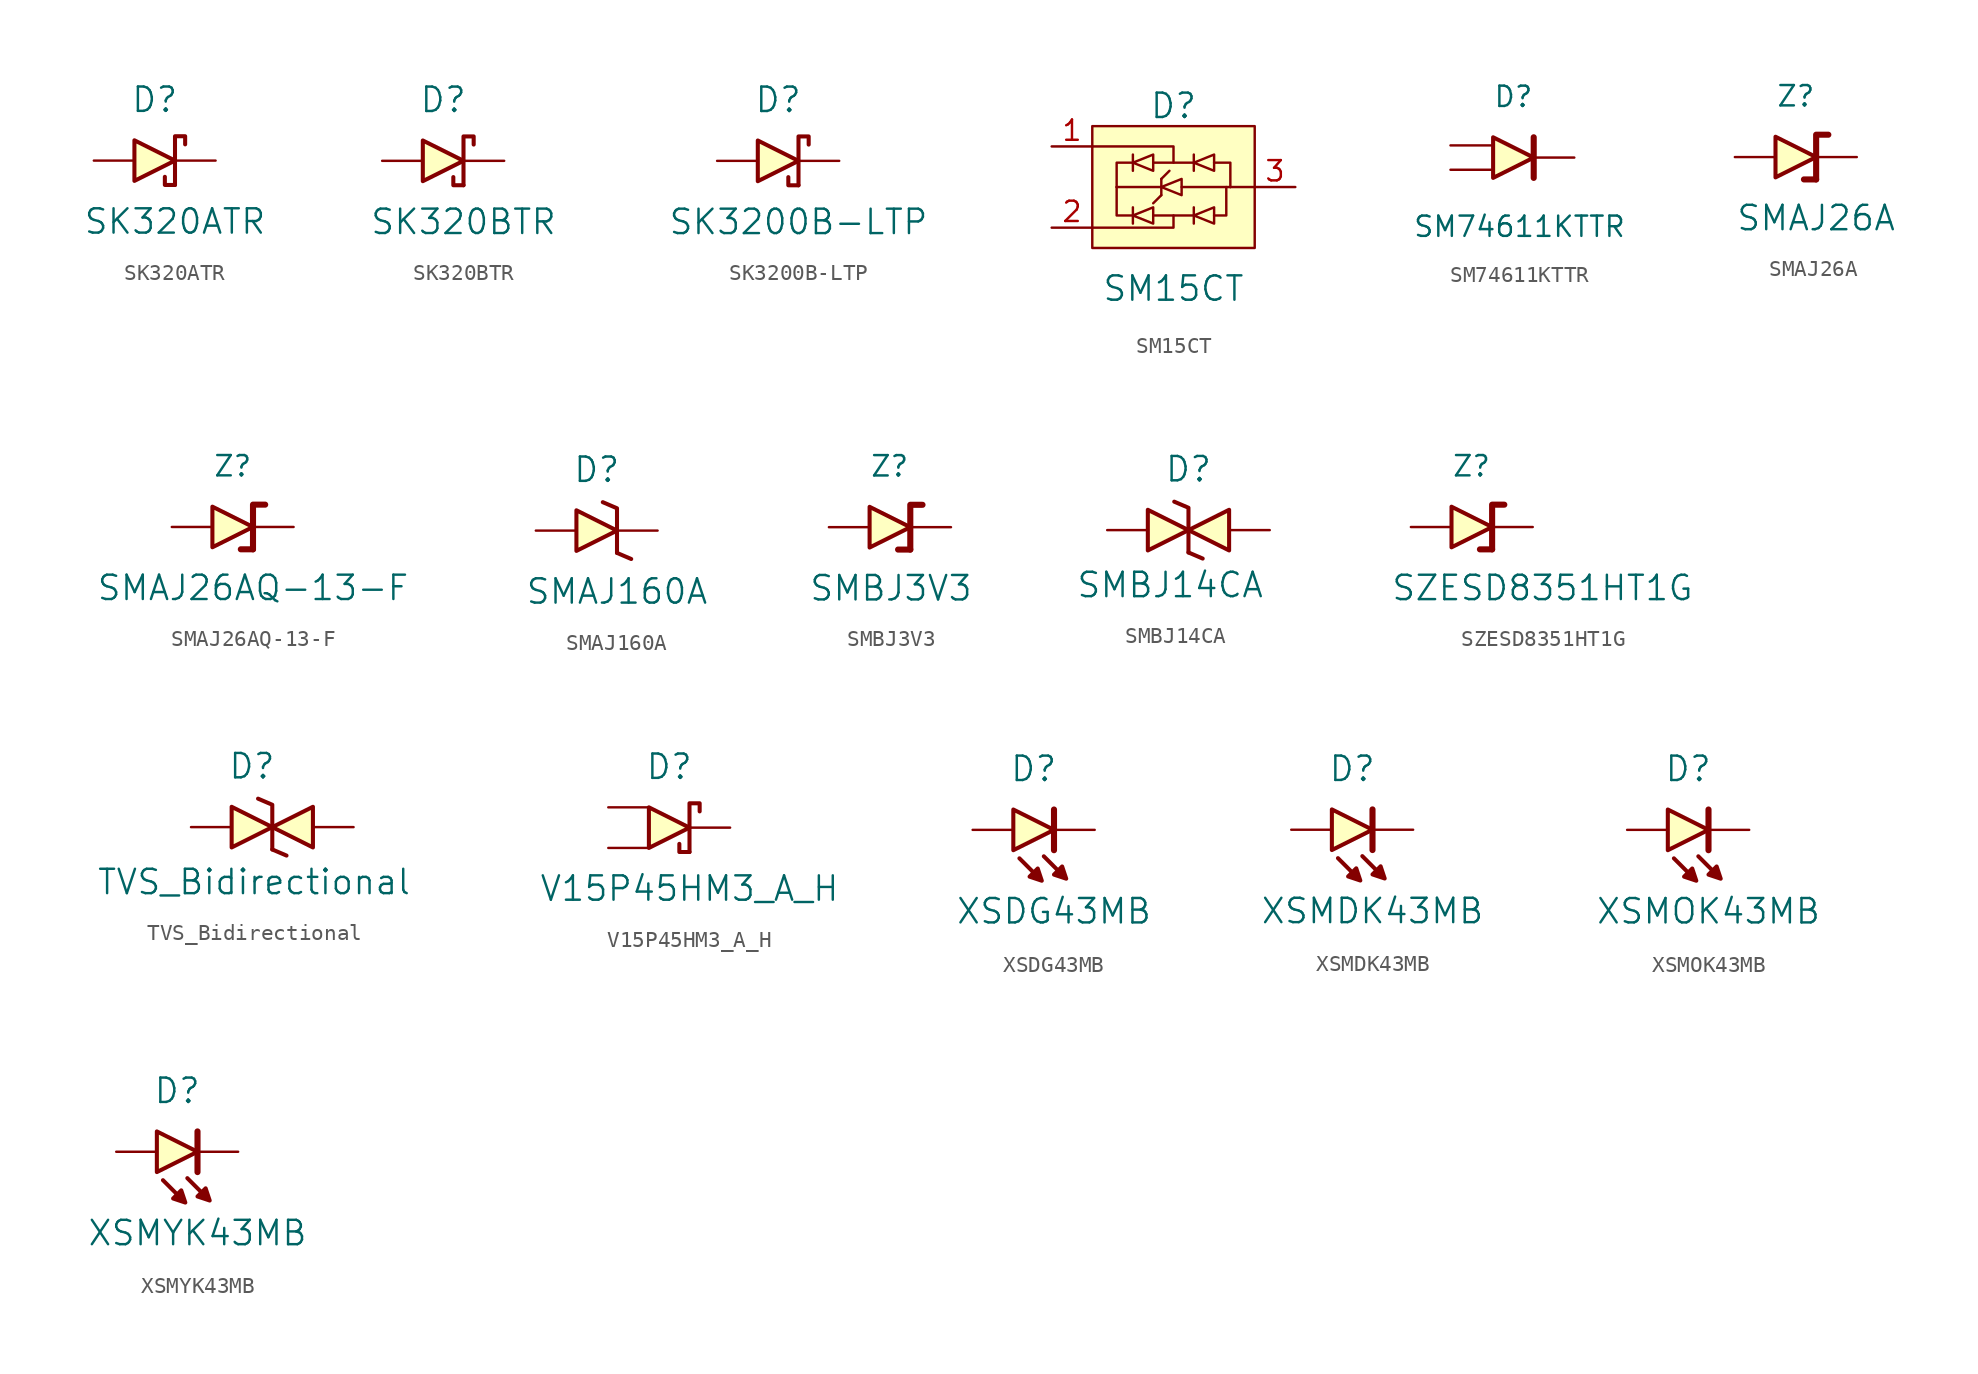
<source format=kicad_sym>
(kicad_symbol_lib
  (version 20220914)
  (generator kicad_symbol_editor)
  (symbol "SK320ATR"
    (pin_numbers hide)
    (pin_names
      (offset 0) hide)
    (property "Reference" "D"
      (at -1.27 3.81 0)
      (effects (font (size 1.524 1.524))))
    (property "Value" "SK320ATR"
      (at 0 -3.81 0)
      (effects (font (size 1.524 1.524))))
    (symbol "SK320ATR_0_1"
      (polyline (pts (xy 0 -1.524) (xy -0.635 -1.524) (xy -0.635 -1.016)) (stroke (width 0.254) (type default)) (fill (type none)))
      (polyline (pts (xy -2.54 1.27) (xy -2.54 -1.27) (xy 0 0) (xy -2.54 1.27)) (stroke (width 0.254) (type default)) (fill (type background)))
      (polyline (pts (xy 0 -1.524) (xy 0 1.524) (xy 0.635 1.524) (xy 0.635 1.016)) (stroke (width 0.254) (type default)) (fill (type none))))
    (symbol "SK320ATR_1_1"
      (pin input line (at 2.54 0 180) (length 2.54) (name "Cathode" (effects (font (size 1.27 1.27)))) (number "1" (effects (font (size 1.27 1.27)))))
      (pin input line (at -5.08 0 0) (length 2.54) (name "Anode" (effects (font (size 1.27 1.27)))) (number "2" (effects (font (size 1.27 1.27)))))))
  (symbol "SK320BTR"
    (pin_numbers hide)
    (pin_names
      (offset 0) hide)
    (property "Reference" "D"
      (at -1.27 3.81 0)
      (effects (font (size 1.524 1.524))))
    (property "Value" "SK320BTR"
      (at 0 -3.81 0)
      (effects (font (size 1.524 1.524))))
    (symbol "SK320BTR_0_1"
      (polyline (pts (xy 0 -1.524) (xy -0.635 -1.524) (xy -0.635 -1.016)) (stroke (width 0.254) (type default)) (fill (type none)))
      (polyline (pts (xy -2.54 1.27) (xy -2.54 -1.27) (xy 0 0) (xy -2.54 1.27)) (stroke (width 0.254) (type default)) (fill (type background)))
      (polyline (pts (xy 0 -1.524) (xy 0 1.524) (xy 0.635 1.524) (xy 0.635 1.016)) (stroke (width 0.254) (type default)) (fill (type none))))
    (symbol "SK320BTR_1_1"
      (pin input line (at 2.54 0 180) (length 2.54) (name "Cathode" (effects (font (size 1.27 1.27)))) (number "1" (effects (font (size 1.27 1.27)))))
      (pin input line (at -5.08 0 0) (length 2.54) (name "Anode" (effects (font (size 1.27 1.27)))) (number "2" (effects (font (size 1.27 1.27)))))))
  (symbol "SK3200B-LTP"
    (pin_numbers hide)
    (pin_names
      (offset 0) hide)
    (property "Reference" "D"
      (at -1.27 3.81 0)
      (effects (font (size 1.524 1.524))))
    (property "Value" "SK3200B-LTP"
      (at 0 -3.81 0)
      (effects (font (size 1.524 1.524))))
    (symbol "SK3200B-LTP_0_1"
      (polyline (pts (xy 0 -1.524) (xy -0.635 -1.524) (xy -0.635 -1.016)) (stroke (width 0.254) (type default)) (fill (type none)))
      (polyline (pts (xy -2.54 1.27) (xy -2.54 -1.27) (xy 0 0) (xy -2.54 1.27)) (stroke (width 0.254) (type default)) (fill (type background)))
      (polyline (pts (xy 0 -1.524) (xy 0 1.524) (xy 0.635 1.524) (xy 0.635 1.016)) (stroke (width 0.254) (type default)) (fill (type none))))
    (symbol "SK3200B-LTP_1_1"
      (pin input line (at 2.54 0 180) (length 2.54) (name "Cathode" (effects (font (size 1.27 1.27)))) (number "1" (effects (font (size 1.27 1.27)))))
      (pin input line (at -5.08 0 0) (length 2.54) (name "Anode" (effects (font (size 1.27 1.27)))) (number "2" (effects (font (size 1.27 1.27)))))))
  (symbol "SM15CT"
    (pin_names
      (offset 0) hide)
    (property "Reference" "D"
      (at 0 5.08 0)
      (effects (font (size 1.524 1.524))))
    (property "Value" "SM15CT"
      (at 0 -6.35 0)
      (effects (font (size 1.524 1.524))))
    (symbol "SM15CT_0_1"
      (rectangle (start -5.08 -3.81) (end 5.08 3.81) (stroke (width 0) (type default)) (fill (type background)))
      (polyline (pts (xy -3.556 0) (xy -0.762 0)) (stroke (width 0) (type default)) (fill (type none)))
      (polyline (pts (xy -2.54 -2.286) (xy -2.54 -1.27)) (stroke (width 0) (type default)) (fill (type none)))
      (polyline (pts (xy -2.54 1.016) (xy -2.54 2.032)) (stroke (width 0) (type default)) (fill (type none)))
      (polyline (pts (xy -1.27 -1.778) (xy 1.27 -1.778)) (stroke (width 0) (type default)) (fill (type none)))
      (polyline (pts (xy -1.27 1.524) (xy 1.27 1.524)) (stroke (width 0) (type default)) (fill (type none)))
      (polyline (pts (xy -0.762 -0.508) (xy -1.27 -1.016)) (stroke (width 0) (type default)) (fill (type none)))
      (polyline (pts (xy -0.762 -0.508) (xy -0.762 0.508)) (stroke (width 0) (type default)) (fill (type none)))
      (polyline (pts (xy -0.762 0.508) (xy -0.254 1.016)) (stroke (width 0) (type default)) (fill (type none)))
      (polyline (pts (xy 0.508 0) (xy 3.556 0)) (stroke (width 0) (type default)) (fill (type none)))
      (polyline (pts (xy 1.27 -2.286) (xy 1.27 -1.27)) (stroke (width 0) (type default)) (fill (type none)))
      (polyline (pts (xy 1.27 1.016) (xy 1.27 2.032)) (stroke (width 0) (type default)) (fill (type none)))
      (polyline (pts (xy 3.556 0) (xy 5.08 0)) (stroke (width 0) (type default)) (fill (type none)))
      (polyline (pts (xy -5.08 -2.54) (xy 0 -2.54) (xy 0 -1.778)) (stroke (width 0) (type default)) (fill (type none)))
      (polyline (pts (xy -5.08 2.54) (xy 0 2.54) (xy 0 1.524)) (stroke (width 0) (type default)) (fill (type none)))
      (polyline (pts (xy -3.556 0) (xy -3.556 -1.778) (xy -2.54 -1.778)) (stroke (width 0) (type default)) (fill (type none)))
      (polyline (pts (xy -3.556 0) (xy -3.556 1.524) (xy -2.54 1.524)) (stroke (width 0) (type default)) (fill (type none)))
      (polyline (pts (xy 2.54 -1.778) (xy 3.302 -1.778) (xy 3.302 0)) (stroke (width 0) (type default)) (fill (type none)))
      (polyline (pts (xy 2.54 1.524) (xy 3.556 1.524) (xy 3.556 0)) (stroke (width 0) (type default)) (fill (type none))))
    (symbol "SM15CT_1_1"
      (polyline (pts (xy -1.27 -1.27) (xy -1.27 -2.286) (xy -2.54 -1.778) (xy -1.27 -1.27)) (stroke (width 0) (type default)) (fill (type none)))
      (polyline (pts (xy -1.27 2.032) (xy -1.27 1.016) (xy -2.54 1.524) (xy -1.27 2.032)) (stroke (width 0) (type default)) (fill (type none)))
      (polyline (pts (xy 0.508 0.508) (xy 0.508 -0.508) (xy -0.762 0) (xy 0.508 0.508)) (stroke (width 0) (type default)) (fill (type none)))
      (polyline (pts (xy 2.54 -1.27) (xy 2.54 -2.286) (xy 1.27 -1.778) (xy 2.54 -1.27)) (stroke (width 0) (type default)) (fill (type none)))
      (polyline (pts (xy 2.54 2.032) (xy 2.54 1.016) (xy 1.27 1.524) (xy 2.54 2.032)) (stroke (width 0) (type default)) (fill (type none)))
      (pin input line (at -7.62 2.54 0) (length 2.54) (name "CH1" (effects (font (size 1.27 1.27)))) (number "1" (effects (font (size 1.27 1.27)))))
      (pin input line (at -7.62 -2.54 0) (length 2.54) (name "CH2" (effects (font (size 1.27 1.27)))) (number "2" (effects (font (size 1.27 1.27)))))
      (pin input line (at 7.62 0 180) (length 2.54) (name "GND" (effects (font (size 1.27 1.27)))) (number "3" (effects (font (size 1.27 1.27)))))))
  (symbol "SM74611KTTR"
    (pin_numbers hide)
    (pin_names hide)
    (property "Reference" "D"
      (at 0 3.81 0)
      (effects (font (size 1.27 1.27))))
    (property "Value" "SM74611KTTR"
      (at 0.381 -4.318 0)
      (effects (font (size 1.27 1.27))))
    (symbol "SM74611KTTR_1_1"
      (polyline (pts (xy 1.27 -1.27) (xy 1.27 1.27)) (stroke (width 0.381) (type default)) (fill (type none)))
      (polyline (pts (xy -1.27 1.27) (xy -1.27 -1.27) (xy 1.27 0) (xy -1.27 1.27)) (stroke (width 0.254) (type default)) (fill (type background)))
      (pin input line (at -3.937 0.762 0) (length 2.54) (name "~" (effects (font (size 1.27 1.27)))) (number "1" (effects (font (size 1.27 1.27)))))
      (pin output line (at 3.81 0 180) (length 2.54) (name "~" (effects (font (size 1.27 1.27)))) (number "2" (effects (font (size 1.27 1.27)))))
      (pin input line (at -3.937 -0.762 0) (length 2.54) (name "~" (effects (font (size 1.27 1.27)))) (number "3" (effects (font (size 1.27 1.27)))))))
  (symbol "SMAJ26A"
    (pin_numbers hide)
    (pin_names
      (offset 0) hide)
    (property "Reference" "Z"
      (at -1.27 3.81 0)
      (effects (font (size 1.27 1.27))))
    (property "Value" "SMAJ26A"
      (at 0 -3.81 0)
      (effects (font (size 1.524 1.524))))
    (symbol "SMAJ26A_0_1"
      (polyline (pts (xy 0 -1.397) (xy -0.762 -1.397)) (stroke (width 0.381) (type default)) (fill (type none)))
      (polyline (pts (xy 0 -1.397) (xy 0 1.397) (xy 0.762 1.397)) (stroke (width 0.381) (type default)) (fill (type none)))
      (polyline (pts (xy -2.54 1.27) (xy -2.54 -1.27) (xy 0 0) (xy -2.54 1.27)) (stroke (width 0.254) (type default)) (fill (type background))))
    (symbol "SMAJ26A_1_1"
      (pin input line (at 2.54 0 180) (length 2.54) (name "Cathode" (effects (font (size 1.27 1.27)))) (number "1" (effects (font (size 1.27 1.27)))))
      (pin input line (at -5.08 0 0) (length 2.54) (name "Anode" (effects (font (size 1.27 1.27)))) (number "2" (effects (font (size 1.27 1.27)))))))
  (symbol "SMAJ26AQ-13-F"
    (pin_numbers hide)
    (pin_names
      (offset 0) hide)
    (property "Reference" "Z"
      (at -1.27 3.81 0)
      (effects (font (size 1.27 1.27))))
    (property "Value" "SMAJ26AQ-13-F"
      (at 0 -3.81 0)
      (effects (font (size 1.524 1.524))))
    (symbol "SMAJ26AQ-13-F_0_1"
      (polyline (pts (xy 0 -1.397) (xy -0.762 -1.397)) (stroke (width 0.381) (type default)) (fill (type none)))
      (polyline (pts (xy 0 -1.397) (xy 0 1.397) (xy 0.762 1.397)) (stroke (width 0.381) (type default)) (fill (type none)))
      (polyline (pts (xy -2.54 1.27) (xy -2.54 -1.27) (xy 0 0) (xy -2.54 1.27)) (stroke (width 0.254) (type default)) (fill (type background))))
    (symbol "SMAJ26AQ-13-F_1_1"
      (pin input line (at 2.54 0 180) (length 2.54) (name "Cathode" (effects (font (size 1.27 1.27)))) (number "1" (effects (font (size 1.27 1.27)))))
      (pin input line (at -5.08 0 0) (length 2.54) (name "Anode" (effects (font (size 1.27 1.27)))) (number "2" (effects (font (size 1.27 1.27)))))))
  (symbol "SMAJ160A"
    (pin_numbers hide)
    (pin_names
      (offset 0) hide)
    (property "Reference" "D"
      (at -1.27 3.81 0)
      (effects (font (size 1.524 1.524))))
    (property "Value" "SMAJ160A"
      (at 0 -3.81 0)
      (effects (font (size 1.524 1.524))))
    (symbol "SMAJ160A_0_1"
      (polyline (pts (xy 0 -1.397) (xy 0.889 -1.778)) (stroke (width 0.254) (type default)) (fill (type none)))
      (polyline (pts (xy 0 -1.397) (xy 0 1.397) (xy -0.889 1.778)) (stroke (width 0.254) (type default)) (fill (type none)))
      (polyline (pts (xy -2.54 1.27) (xy -2.54 -1.27) (xy 0 0) (xy -2.54 1.27)) (stroke (width 0.254) (type default)) (fill (type background))))
    (symbol "SMAJ160A_1_1"
      (pin input line (at 2.54 0 180) (length 2.54) (name "Cathode" (effects (font (size 1.27 1.27)))) (number "1" (effects (font (size 1.27 1.27)))))
      (pin input line (at -5.08 0 0) (length 2.54) (name "Anode" (effects (font (size 1.27 1.27)))) (number "2" (effects (font (size 1.27 1.27)))))))
  (symbol "SMBJ3V3"
    (pin_numbers hide)
    (pin_names
      (offset 0) hide)
    (property "Reference" "Z"
      (at -1.27 3.81 0)
      (effects (font (size 1.27 1.27)) (justify left)))
    (property "Value" "SMBJ3V3"
      (at -5.08 -3.81 0)
      (effects (font (size 1.524 1.524)) (justify left)))
    (symbol "SMBJ3V3_0_1"
      (polyline (pts (xy 1.27 -1.397) (xy 0.508 -1.397)) (stroke (width 0.381) (type default)) (fill (type none)))
      (polyline (pts (xy 1.27 -1.397) (xy 1.27 1.397) (xy 2.032 1.397)) (stroke (width 0.381) (type default)) (fill (type none)))
      (polyline (pts (xy -1.27 1.27) (xy -1.27 -1.27) (xy 1.27 0) (xy -1.27 1.27)) (stroke (width 0.254) (type default)) (fill (type background))))
    (symbol "SMBJ3V3_1_1"
      (pin input line (at 3.81 0 180) (length 2.54) (name "Cathode" (effects (font (size 1.27 1.27)))) (number "1" (effects (font (size 1.27 1.27)))))
      (pin input line (at -3.81 0 0) (length 2.54) (name "Anode" (effects (font (size 1.27 1.27)))) (number "2" (effects (font (size 1.27 1.27)))))))
  (symbol "SMBJ14CA"
    (pin_numbers hide)
    (pin_names
      (offset 0) hide)
    (property "Reference" "D"
      (at 0 3.81 0)
      (effects (font (size 1.524 1.524))))
    (property "Value" "SMBJ14CA"
      (at -1.143 -3.429 0)
      (effects (font (size 1.524 1.524))))
    (symbol "SMBJ14CA_0_1"
      (polyline (pts (xy 0 -1.397) (xy 0.889 -1.778)) (stroke (width 0.254) (type default)) (fill (type none)))
      (polyline (pts (xy 0 -1.397) (xy 0 1.397) (xy -0.889 1.778)) (stroke (width 0.254) (type default)) (fill (type none)))
      (polyline (pts (xy -2.54 1.27) (xy -2.54 -1.27) (xy 0 0) (xy -2.54 1.27)) (stroke (width 0.254) (type default)) (fill (type background)))
      (polyline (pts (xy 0 0) (xy 2.54 1.27) (xy 2.54 -1.27) (xy 0 0)) (stroke (width 0.254) (type default)) (fill (type background))))
    (symbol "SMBJ14CA_1_1"
      (pin input line (at 5.08 0 180) (length 2.54) (name "1" (effects (font (size 1.27 1.27)))) (number "1" (effects (font (size 1.27 1.27)))))
      (pin input line (at -5.08 0 0) (length 2.54) (name "2" (effects (font (size 1.27 1.27)))) (number "2" (effects (font (size 1.27 1.27)))))))
  (symbol "SZESD8351HT1G"
    (pin_numbers hide)
    (pin_names
      (offset 0) hide)
    (property "Reference" "Z"
      (at -1.27 3.81 0)
      (effects (font (size 1.27 1.27)) (justify left)))
    (property "Value" "SZESD8351HT1G"
      (at -5.08 -3.81 0)
      (effects (font (size 1.524 1.524)) (justify left)))
    (symbol "SZESD8351HT1G_0_1"
      (polyline (pts (xy 1.27 -1.397) (xy 0.508 -1.397)) (stroke (width 0.381) (type default)) (fill (type none)))
      (polyline (pts (xy 1.27 -1.397) (xy 1.27 1.397) (xy 2.032 1.397)) (stroke (width 0.381) (type default)) (fill (type none)))
      (polyline (pts (xy -1.27 1.27) (xy -1.27 -1.27) (xy 1.27 0) (xy -1.27 1.27)) (stroke (width 0.254) (type default)) (fill (type background))))
    (symbol "SZESD8351HT1G_1_1"
      (pin input line (at 3.81 0 180) (length 2.54) (name "Cathode" (effects (font (size 1.27 1.27)))) (number "1" (effects (font (size 1.27 1.27)))))
      (pin input line (at -3.81 0 0) (length 2.54) (name "Anode" (effects (font (size 1.27 1.27)))) (number "2" (effects (font (size 1.27 1.27)))))))
  (symbol "TVS_Bidirectional"
    (pin_numbers hide)
    (pin_names
      (offset 0) hide)
    (property "Reference" "D"
      (at -1.27 3.81 0)
      (effects (font (size 1.524 1.524))))
    (property "Value" "TVS_Bidirectional"
      (at -1.143 -3.429 0)
      (effects (font (size 1.524 1.524))))
    (symbol "TVS_Bidirectional_0_1"
      (polyline (pts (xy 0 -1.397) (xy 0.889 -1.778)) (stroke (width 0.254) (type default)) (fill (type none)))
      (polyline (pts (xy 0 -1.397) (xy 0 1.397) (xy -0.889 1.778)) (stroke (width 0.254) (type default)) (fill (type none)))
      (polyline (pts (xy -2.54 1.27) (xy -2.54 -1.27) (xy 0 0) (xy -2.54 1.27)) (stroke (width 0.254) (type default)) (fill (type background)))
      (polyline (pts (xy 0 0) (xy 2.54 1.27) (xy 2.54 -1.27) (xy 0 0)) (stroke (width 0.254) (type default)) (fill (type background))))
    (symbol "TVS_Bidirectional_1_1"
      (pin input line (at 5.08 0 180) (length 2.54) (name "1" (effects (font (size 1.27 1.27)))) (number "1" (effects (font (size 1.27 1.27)))))
      (pin input line (at -5.08 0 0) (length 2.54) (name "2" (effects (font (size 1.27 1.27)))) (number "2" (effects (font (size 1.27 1.27)))))))
  (symbol "V15P45HM3_A_H"
    (pin_numbers hide)
    (pin_names
      (offset 0) hide)
    (property "Reference" "D"
      (at -1.27 3.81 0)
      (effects (font (size 1.524 1.524))))
    (property "Value" "V15P45HM3_A_H"
      (at 0 -3.81 0)
      (effects (font (size 1.524 1.524))))
    (symbol "V15P45HM3_A_H_0_1"
      (polyline (pts (xy 0 -1.524) (xy -0.635 -1.524) (xy -0.635 -1.016)) (stroke (width 0.254) (type default)) (fill (type none)))
      (polyline (pts (xy -2.54 1.27) (xy -2.54 -1.27) (xy 0 0) (xy -2.54 1.27)) (stroke (width 0.254) (type default)) (fill (type background)))
      (polyline (pts (xy 0 -1.524) (xy 0 1.524) (xy 0.635 1.524) (xy 0.635 1.016)) (stroke (width 0.254) (type default)) (fill (type none))))
    (symbol "V15P45HM3_A_H_1_1"
      (pin passive line (at 2.54 0 180) (length 2.54) (name "Cathode" (effects (font (size 1.27 1.27)))) (number "1" (effects (font (size 1.27 1.27)))))
      (pin passive line (at -5.08 1.27 0) (length 2.54) (name "Anode" (effects (font (size 1.27 1.27)))) (number "2" (effects (font (size 1.27 1.27)))))
      (pin passive line (at -5.08 -1.27 0) (length 2.54) (name "Anode2" (effects (font (size 1.27 1.27)))) (number "3" (effects (font (size 1.27 1.27)))))))
  (symbol "XSDG43MB"
    (pin_numbers hide)
    (pin_names
      (offset 0) hide)
    (property "Reference" "D"
      (at -1.27 3.81 0)
      (effects (font (size 1.524 1.524))))
    (property "Value" "XSDG43MB"
      (at 0 -5.08 0)
      (effects (font (size 1.524 1.524))))
    (symbol "XSDG43MB_0_1"
      (polyline (pts (xy 0 -1.27) (xy 0 1.27)) (stroke (width 0.381) (type default)) (fill (type none)))
      (polyline (pts (xy -2.54 1.27) (xy -2.54 -1.27) (xy 0 0) (xy -2.54 1.27)) (stroke (width 0.254) (type default)) (fill (type background)))
      (polyline (pts (xy -2.159 -1.778) (xy -0.762 -3.175) (xy -1.016 -2.413) (xy -1.524 -2.921) (xy -0.762 -3.175)) (stroke (width 0.254) (type default)) (fill (type outline)))
      (polyline (pts (xy -0.635 -1.651) (xy 0.762 -3.048) (xy 0 -2.794) (xy 0.508 -2.286) (xy 0.762 -3.048)) (stroke (width 0.254) (type default)) (fill (type outline))))
    (symbol "XSDG43MB_1_1"
      (pin passive line (at 2.54 0 180) (length 2.54) (name "Cathode" (effects (font (size 1.27 1.27)))) (number "1" (effects (font (size 1.27 1.27)))))
      (pin passive line (at -5.08 0 0) (length 2.54) (name "Anode" (effects (font (size 1.27 1.27)))) (number "2" (effects (font (size 1.27 1.27)))))))
  (symbol "XSMDK43MB"
    (pin_numbers hide)
    (pin_names
      (offset 0) hide)
    (property "Reference" "D"
      (at -1.27 3.81 0)
      (effects (font (size 1.524 1.524))))
    (property "Value" "XSMDK43MB"
      (at 0 -5.08 0)
      (effects (font (size 1.524 1.524))))
    (symbol "XSMDK43MB_0_1"
      (polyline (pts (xy 0 -1.27) (xy 0 1.27)) (stroke (width 0.381) (type default)) (fill (type none)))
      (polyline (pts (xy -2.54 1.27) (xy -2.54 -1.27) (xy 0 0) (xy -2.54 1.27)) (stroke (width 0.254) (type default)) (fill (type background)))
      (polyline (pts (xy -2.159 -1.778) (xy -0.762 -3.175) (xy -1.016 -2.413) (xy -1.524 -2.921) (xy -0.762 -3.175)) (stroke (width 0.254) (type default)) (fill (type outline)))
      (polyline (pts (xy -0.635 -1.651) (xy 0.762 -3.048) (xy 0 -2.794) (xy 0.508 -2.286) (xy 0.762 -3.048)) (stroke (width 0.254) (type default)) (fill (type outline))))
    (symbol "XSMDK43MB_1_1"
      (pin passive line (at 2.54 0 180) (length 2.54) (name "Cathode" (effects (font (size 1.27 1.27)))) (number "1" (effects (font (size 1.27 1.27)))))
      (pin passive line (at -5.08 0 0) (length 2.54) (name "Anode" (effects (font (size 1.27 1.27)))) (number "2" (effects (font (size 1.27 1.27)))))))
  (symbol "XSMOK43MB"
    (pin_numbers hide)
    (pin_names
      (offset 0) hide)
    (property "Reference" "D"
      (at -1.27 3.81 0)
      (effects (font (size 1.524 1.524))))
    (property "Value" "XSMOK43MB"
      (at 0 -5.08 0)
      (effects (font (size 1.524 1.524))))
    (symbol "XSMOK43MB_0_1"
      (polyline (pts (xy 0 -1.27) (xy 0 1.27)) (stroke (width 0.381) (type default)) (fill (type none)))
      (polyline (pts (xy -2.54 1.27) (xy -2.54 -1.27) (xy 0 0) (xy -2.54 1.27)) (stroke (width 0.254) (type default)) (fill (type background)))
      (polyline (pts (xy -2.159 -1.778) (xy -0.762 -3.175) (xy -1.016 -2.413) (xy -1.524 -2.921) (xy -0.762 -3.175)) (stroke (width 0.254) (type default)) (fill (type outline)))
      (polyline (pts (xy -0.635 -1.651) (xy 0.762 -3.048) (xy 0 -2.794) (xy 0.508 -2.286) (xy 0.762 -3.048)) (stroke (width 0.254) (type default)) (fill (type outline))))
    (symbol "XSMOK43MB_1_1"
      (pin passive line (at 2.54 0 180) (length 2.54) (name "Cathode" (effects (font (size 1.27 1.27)))) (number "1" (effects (font (size 1.27 1.27)))))
      (pin passive line (at -5.08 0 0) (length 2.54) (name "Anode" (effects (font (size 1.27 1.27)))) (number "2" (effects (font (size 1.27 1.27)))))))
  (symbol "XSMYK43MB"
    (pin_numbers hide)
    (pin_names
      (offset 0) hide)
    (property "Reference" "D"
      (at -1.27 3.81 0)
      (effects (font (size 1.524 1.524))))
    (property "Value" "XSMYK43MB"
      (at 0 -5.08 0)
      (effects (font (size 1.524 1.524))))
    (symbol "XSMYK43MB_0_1"
      (polyline (pts (xy 0 -1.27) (xy 0 1.27)) (stroke (width 0.381) (type default)) (fill (type none)))
      (polyline (pts (xy -2.54 1.27) (xy -2.54 -1.27) (xy 0 0) (xy -2.54 1.27)) (stroke (width 0.254) (type default)) (fill (type background)))
      (polyline (pts (xy -2.159 -1.778) (xy -0.762 -3.175) (xy -1.016 -2.413) (xy -1.524 -2.921) (xy -0.762 -3.175)) (stroke (width 0.254) (type default)) (fill (type outline)))
      (polyline (pts (xy -0.635 -1.651) (xy 0.762 -3.048) (xy 0 -2.794) (xy 0.508 -2.286) (xy 0.762 -3.048)) (stroke (width 0.254) (type default)) (fill (type outline))))
    (symbol "XSMYK43MB_1_1"
      (pin passive line (at 2.54 0 180) (length 2.54) (name "Cathode" (effects (font (size 1.27 1.27)))) (number "1" (effects (font (size 1.27 1.27)))))
      (pin passive line (at -5.08 0 0) (length 2.54) (name "Anode" (effects (font (size 1.27 1.27)))) (number "2" (effects (font (size 1.27 1.27))))))))
</source>
